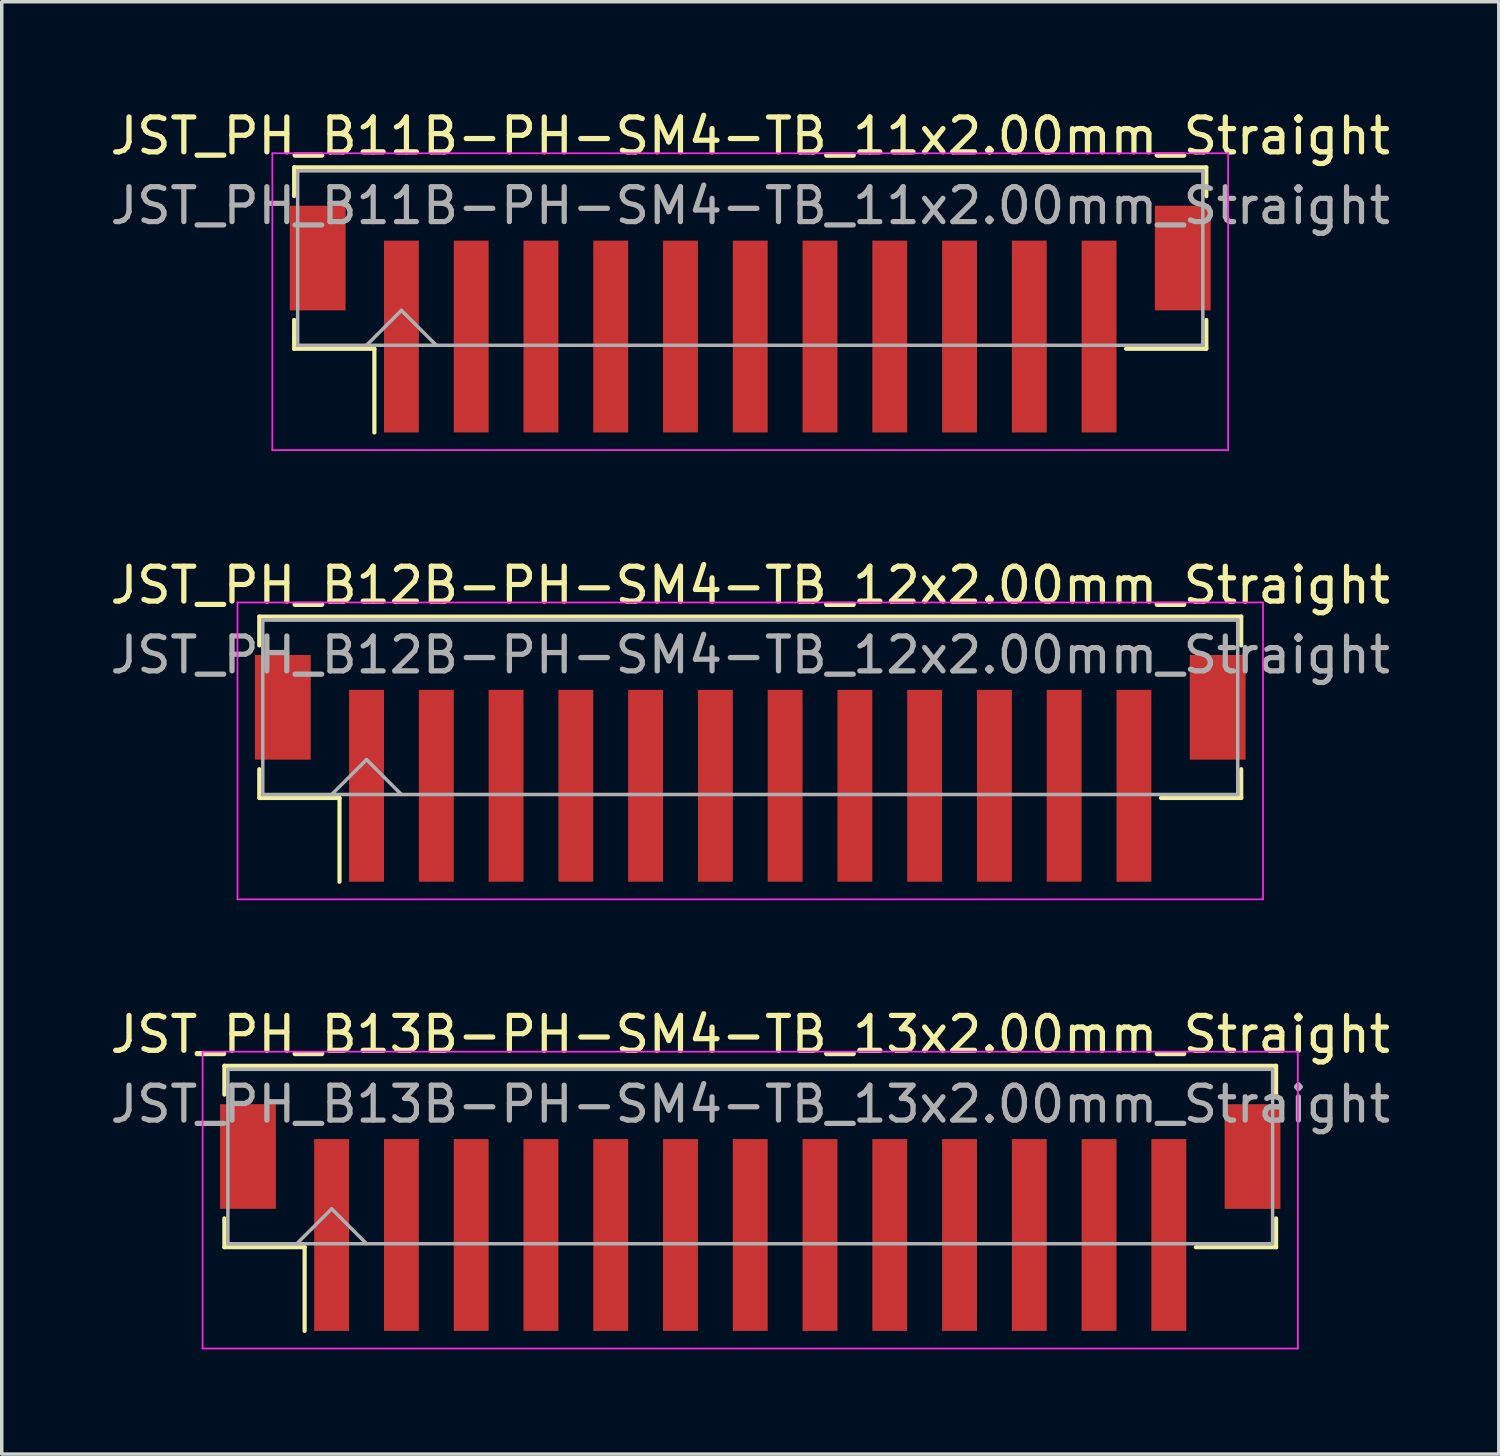
<source format=kicad_pcb>
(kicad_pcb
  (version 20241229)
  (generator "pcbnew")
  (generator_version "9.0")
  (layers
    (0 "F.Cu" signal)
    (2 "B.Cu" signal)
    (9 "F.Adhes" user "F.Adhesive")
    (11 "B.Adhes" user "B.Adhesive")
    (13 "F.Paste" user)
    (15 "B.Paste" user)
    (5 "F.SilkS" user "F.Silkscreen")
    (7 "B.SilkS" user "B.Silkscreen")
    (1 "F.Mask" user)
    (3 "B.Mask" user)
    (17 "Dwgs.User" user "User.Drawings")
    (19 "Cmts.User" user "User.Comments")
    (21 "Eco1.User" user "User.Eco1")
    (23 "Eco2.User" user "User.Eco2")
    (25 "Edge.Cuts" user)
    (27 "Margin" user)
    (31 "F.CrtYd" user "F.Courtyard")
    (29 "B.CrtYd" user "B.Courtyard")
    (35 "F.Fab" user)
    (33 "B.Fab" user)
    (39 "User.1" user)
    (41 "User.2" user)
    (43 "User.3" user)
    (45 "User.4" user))
  (footprint "JST_PH_B12B-PH-SM4-TB_12x2.00mm_Straight"
    (layer "F.Cu")
    (at 18.458 18.352)
    (property "Reference" "JST_PH_B12B-PH-SM4-TB_12x2.00mm_Straight" (at 0 -4.625 0) (layer "F.SilkS") (effects (font (size 1 1) (thickness 0.15))))
    (attr smd)
    (fp_line (start -14.075 -3.725) (end 14.075 -3.725) (stroke (width 0.12) (type solid)) (layer "F.SilkS"))
    (fp_line (start -14.075 -2.9) (end -14.075 -3.725) (stroke (width 0.12) (type solid)) (layer "F.SilkS"))
    (fp_line (start -14.075 0.65) (end -14.075 1.475) (stroke (width 0.12) (type solid)) (layer "F.SilkS"))
    (fp_line (start -14.075 1.475) (end -11.775 1.475) (stroke (width 0.12) (type solid)) (layer "F.SilkS"))
    (fp_line (start -11.775 1.475) (end -11.775 3.875) (stroke (width 0.12) (type solid)) (layer "F.SilkS"))
    (fp_line (start 14.075 -3.725) (end 14.075 -2.9) (stroke (width 0.12) (type solid)) (layer "F.SilkS"))
    (fp_line (start 14.075 0.65) (end 14.075 1.475) (stroke (width 0.12) (type solid)) (layer "F.SilkS"))
    (fp_line (start 14.075 1.475) (end 11.775 1.475) (stroke (width 0.12) (type solid)) (layer "F.SilkS"))
    (fp_line (start -14.7 -4.13) (end -14.7 4.38) (stroke (width 0.05) (type solid)) (layer "F.CrtYd"))
    (fp_line (start -14.7 4.38) (end 14.7 4.38) (stroke (width 0.05) (type solid)) (layer "F.CrtYd"))
    (fp_line (start 14.7 -4.13) (end -14.7 -4.13) (stroke (width 0.05) (type solid)) (layer "F.CrtYd"))
    (fp_line (start 14.7 4.38) (end 14.7 -4.13) (stroke (width 0.05) (type solid)) (layer "F.CrtYd"))
    (fp_line (start -13.975 -3.625) (end -13.975 1.375) (stroke (width 0.1) (type solid)) (layer "F.Fab"))
    (fp_line (start -13.975 1.375) (end 13.975 1.375) (stroke (width 0.1) (type solid)) (layer "F.Fab"))
    (fp_line (start -12 1.375) (end -11 0.375) (stroke (width 0.1) (type solid)) (layer "F.Fab"))
    (fp_line (start -11 0.375) (end -10 1.375) (stroke (width 0.1) (type solid)) (layer "F.Fab"))
    (fp_line (start 13.975 -3.625) (end -13.975 -3.625) (stroke (width 0.1) (type solid)) (layer "F.Fab"))
    (fp_line (start 13.975 1.375) (end 13.975 -3.625) (stroke (width 0.1) (type solid)) (layer "F.Fab"))
    (fp_text user "${REFERENCE}" (at 0 -2.625 0) (layer "F.Fab") (effects (font (size 1 1) (thickness 0.15))))
    (pad "" smd rect (at -13.4 -1.125) (size 1.6 3) (layers "F.Cu" "F.Mask" "F.Paste"))
    (pad "" smd rect (at 13.4 -1.125) (size 1.6 3) (layers "F.Cu" "F.Mask" "F.Paste"))
    (pad "1" smd rect (at -11 1.125) (size 1 5.5) (layers "F.Cu" "F.Mask" "F.Paste"))
    (pad "2" smd rect (at -9 1.125) (size 1 5.5) (layers "F.Cu" "F.Mask" "F.Paste"))
    (pad "3" smd rect (at -7 1.125) (size 1 5.5) (layers "F.Cu" "F.Mask" "F.Paste"))
    (pad "4" smd rect (at -5 1.125) (size 1 5.5) (layers "F.Cu" "F.Mask" "F.Paste"))
    (pad "5" smd rect (at -3 1.125) (size 1 5.5) (layers "F.Cu" "F.Mask" "F.Paste"))
    (pad "6" smd rect (at -1 1.125) (size 1 5.5) (layers "F.Cu" "F.Mask" "F.Paste"))
    (pad "7" smd rect (at 1 1.125) (size 1 5.5) (layers "F.Cu" "F.Mask" "F.Paste"))
    (pad "8" smd rect (at 3 1.125) (size 1 5.5) (layers "F.Cu" "F.Mask" "F.Paste"))
    (pad "9" smd rect (at 5 1.125) (size 1 5.5) (layers "F.Cu" "F.Mask" "F.Paste"))
    (pad "10" smd rect (at 7 1.125) (size 1 5.5) (layers "F.Cu" "F.Mask" "F.Paste"))
    (pad "11" smd rect (at 9 1.125) (size 1 5.5) (layers "F.Cu" "F.Mask" "F.Paste"))
    (pad "12" smd rect (at 11 1.125) (size 1 5.5) (layers "F.Cu" "F.Mask" "F.Paste")))
  (footprint "JST_PH_B13B-PH-SM4-TB_13x2.00mm_Straight"
    (layer "F.Cu")
    (at 18.458 31.23)
    (property "Reference" "JST_PH_B13B-PH-SM4-TB_13x2.00mm_Straight" (at 0 -4.625 0) (layer "F.SilkS") (effects (font (size 1 1) (thickness 0.15))))
    (attr smd)
    (fp_line (start -15.075 -3.725) (end 15.075 -3.725) (stroke (width 0.12) (type solid)) (layer "F.SilkS"))
    (fp_line (start -15.075 -2.9) (end -15.075 -3.725) (stroke (width 0.12) (type solid)) (layer "F.SilkS"))
    (fp_line (start -15.075 0.65) (end -15.075 1.475) (stroke (width 0.12) (type solid)) (layer "F.SilkS"))
    (fp_line (start -15.075 1.475) (end -12.775 1.475) (stroke (width 0.12) (type solid)) (layer "F.SilkS"))
    (fp_line (start -12.775 1.475) (end -12.775 3.875) (stroke (width 0.12) (type solid)) (layer "F.SilkS"))
    (fp_line (start 15.075 -3.725) (end 15.075 -2.9) (stroke (width 0.12) (type solid)) (layer "F.SilkS"))
    (fp_line (start 15.075 0.65) (end 15.075 1.475) (stroke (width 0.12) (type solid)) (layer "F.SilkS"))
    (fp_line (start 15.075 1.475) (end 12.775 1.475) (stroke (width 0.12) (type solid)) (layer "F.SilkS"))
    (fp_line (start -15.7 -4.13) (end -15.7 4.38) (stroke (width 0.05) (type solid)) (layer "F.CrtYd"))
    (fp_line (start -15.7 4.38) (end 15.7 4.38) (stroke (width 0.05) (type solid)) (layer "F.CrtYd"))
    (fp_line (start 15.7 -4.13) (end -15.7 -4.13) (stroke (width 0.05) (type solid)) (layer "F.CrtYd"))
    (fp_line (start 15.7 4.38) (end 15.7 -4.13) (stroke (width 0.05) (type solid)) (layer "F.CrtYd"))
    (fp_line (start -14.975 -3.625) (end -14.975 1.375) (stroke (width 0.1) (type solid)) (layer "F.Fab"))
    (fp_line (start -14.975 1.375) (end 14.975 1.375) (stroke (width 0.1) (type solid)) (layer "F.Fab"))
    (fp_line (start -13 1.375) (end -12 0.375) (stroke (width 0.1) (type solid)) (layer "F.Fab"))
    (fp_line (start -12 0.375) (end -11 1.375) (stroke (width 0.1) (type solid)) (layer "F.Fab"))
    (fp_line (start 14.975 -3.625) (end -14.975 -3.625) (stroke (width 0.1) (type solid)) (layer "F.Fab"))
    (fp_line (start 14.975 1.375) (end 14.975 -3.625) (stroke (width 0.1) (type solid)) (layer "F.Fab"))
    (fp_text user "${REFERENCE}" (at 0 -2.625 0) (layer "F.Fab") (effects (font (size 1 1) (thickness 0.15))))
    (pad "" smd rect (at -14.4 -1.125) (size 1.6 3) (layers "F.Cu" "F.Mask" "F.Paste"))
    (pad "" smd rect (at 14.4 -1.125) (size 1.6 3) (layers "F.Cu" "F.Mask" "F.Paste"))
    (pad "1" smd rect (at -12 1.125) (size 1 5.5) (layers "F.Cu" "F.Mask" "F.Paste"))
    (pad "2" smd rect (at -10 1.125) (size 1 5.5) (layers "F.Cu" "F.Mask" "F.Paste"))
    (pad "3" smd rect (at -8 1.125) (size 1 5.5) (layers "F.Cu" "F.Mask" "F.Paste"))
    (pad "4" smd rect (at -6 1.125) (size 1 5.5) (layers "F.Cu" "F.Mask" "F.Paste"))
    (pad "5" smd rect (at -4 1.125) (size 1 5.5) (layers "F.Cu" "F.Mask" "F.Paste"))
    (pad "6" smd rect (at -2 1.125) (size 1 5.5) (layers "F.Cu" "F.Mask" "F.Paste"))
    (pad "7" smd rect (at 0 1.125) (size 1 5.5) (layers "F.Cu" "F.Mask" "F.Paste"))
    (pad "8" smd rect (at 2 1.125) (size 1 5.5) (layers "F.Cu" "F.Mask" "F.Paste"))
    (pad "9" smd rect (at 4 1.125) (size 1 5.5) (layers "F.Cu" "F.Mask" "F.Paste"))
    (pad "10" smd rect (at 6 1.125) (size 1 5.5) (layers "F.Cu" "F.Mask" "F.Paste"))
    (pad "11" smd rect (at 8 1.125) (size 1 5.5) (layers "F.Cu" "F.Mask" "F.Paste"))
    (pad "12" smd rect (at 10 1.125) (size 1 5.5) (layers "F.Cu" "F.Mask" "F.Paste"))
    (pad "13" smd rect (at 12 1.125) (size 1 5.5) (layers "F.Cu" "F.Mask" "F.Paste")))
  (footprint "JST_PH_B11B-PH-SM4-TB_11x2.00mm_Straight"
    (layer "F.Cu")
    (at 18.458 5.473)
    (property "Reference" "JST_PH_B11B-PH-SM4-TB_11x2.00mm_Straight" (at 0 -4.625 0) (layer "F.SilkS") (effects (font (size 1 1) (thickness 0.15))))
    (attr smd)
    (fp_line (start -13.075 -3.725) (end 13.075 -3.725) (stroke (width 0.12) (type solid)) (layer "F.SilkS"))
    (fp_line (start -13.075 -2.9) (end -13.075 -3.725) (stroke (width 0.12) (type solid)) (layer "F.SilkS"))
    (fp_line (start -13.075 0.65) (end -13.075 1.475) (stroke (width 0.12) (type solid)) (layer "F.SilkS"))
    (fp_line (start -13.075 1.475) (end -10.775 1.475) (stroke (width 0.12) (type solid)) (layer "F.SilkS"))
    (fp_line (start -10.775 1.475) (end -10.775 3.875) (stroke (width 0.12) (type solid)) (layer "F.SilkS"))
    (fp_line (start 13.075 -3.725) (end 13.075 -2.9) (stroke (width 0.12) (type solid)) (layer "F.SilkS"))
    (fp_line (start 13.075 0.65) (end 13.075 1.475) (stroke (width 0.12) (type solid)) (layer "F.SilkS"))
    (fp_line (start 13.075 1.475) (end 10.775 1.475) (stroke (width 0.12) (type solid)) (layer "F.SilkS"))
    (fp_line (start -13.7 -4.13) (end -13.7 4.38) (stroke (width 0.05) (type solid)) (layer "F.CrtYd"))
    (fp_line (start -13.7 4.38) (end 13.7 4.38) (stroke (width 0.05) (type solid)) (layer "F.CrtYd"))
    (fp_line (start 13.7 -4.13) (end -13.7 -4.13) (stroke (width 0.05) (type solid)) (layer "F.CrtYd"))
    (fp_line (start 13.7 4.38) (end 13.7 -4.13) (stroke (width 0.05) (type solid)) (layer "F.CrtYd"))
    (fp_line (start -12.975 -3.625) (end -12.975 1.375) (stroke (width 0.1) (type solid)) (layer "F.Fab"))
    (fp_line (start -12.975 1.375) (end 12.975 1.375) (stroke (width 0.1) (type solid)) (layer "F.Fab"))
    (fp_line (start -11 1.375) (end -10 0.375) (stroke (width 0.1) (type solid)) (layer "F.Fab"))
    (fp_line (start -10 0.375) (end -9 1.375) (stroke (width 0.1) (type solid)) (layer "F.Fab"))
    (fp_line (start 12.975 -3.625) (end -12.975 -3.625) (stroke (width 0.1) (type solid)) (layer "F.Fab"))
    (fp_line (start 12.975 1.375) (end 12.975 -3.625) (stroke (width 0.1) (type solid)) (layer "F.Fab"))
    (fp_text user "${REFERENCE}" (at 0 -2.625 0) (layer "F.Fab") (effects (font (size 1 1) (thickness 0.15))))
    (pad "" smd rect (at -12.4 -1.125) (size 1.6 3) (layers "F.Cu" "F.Mask" "F.Paste"))
    (pad "" smd rect (at 12.4 -1.125) (size 1.6 3) (layers "F.Cu" "F.Mask" "F.Paste"))
    (pad "1" smd rect (at -10 1.125) (size 1 5.5) (layers "F.Cu" "F.Mask" "F.Paste"))
    (pad "2" smd rect (at -8 1.125) (size 1 5.5) (layers "F.Cu" "F.Mask" "F.Paste"))
    (pad "3" smd rect (at -6 1.125) (size 1 5.5) (layers "F.Cu" "F.Mask" "F.Paste"))
    (pad "4" smd rect (at -4 1.125) (size 1 5.5) (layers "F.Cu" "F.Mask" "F.Paste"))
    (pad "5" smd rect (at -2 1.125) (size 1 5.5) (layers "F.Cu" "F.Mask" "F.Paste"))
    (pad "6" smd rect (at 0 1.125) (size 1 5.5) (layers "F.Cu" "F.Mask" "F.Paste"))
    (pad "7" smd rect (at 2 1.125) (size 1 5.5) (layers "F.Cu" "F.Mask" "F.Paste"))
    (pad "8" smd rect (at 4 1.125) (size 1 5.5) (layers "F.Cu" "F.Mask" "F.Paste"))
    (pad "9" smd rect (at 6 1.125) (size 1 5.5) (layers "F.Cu" "F.Mask" "F.Paste"))
    (pad "10" smd rect (at 8 1.125) (size 1 5.5) (layers "F.Cu" "F.Mask" "F.Paste"))
    (pad "11" smd rect (at 10 1.125) (size 1 5.5) (layers "F.Cu" "F.Mask" "F.Paste")))
  (gr_rect
    (start -3 -3)
    (end 39.917 38.635)
    (stroke (width 0.1) (type default))
    (fill no)
    (layer "Edge.Cuts")))
</source>
